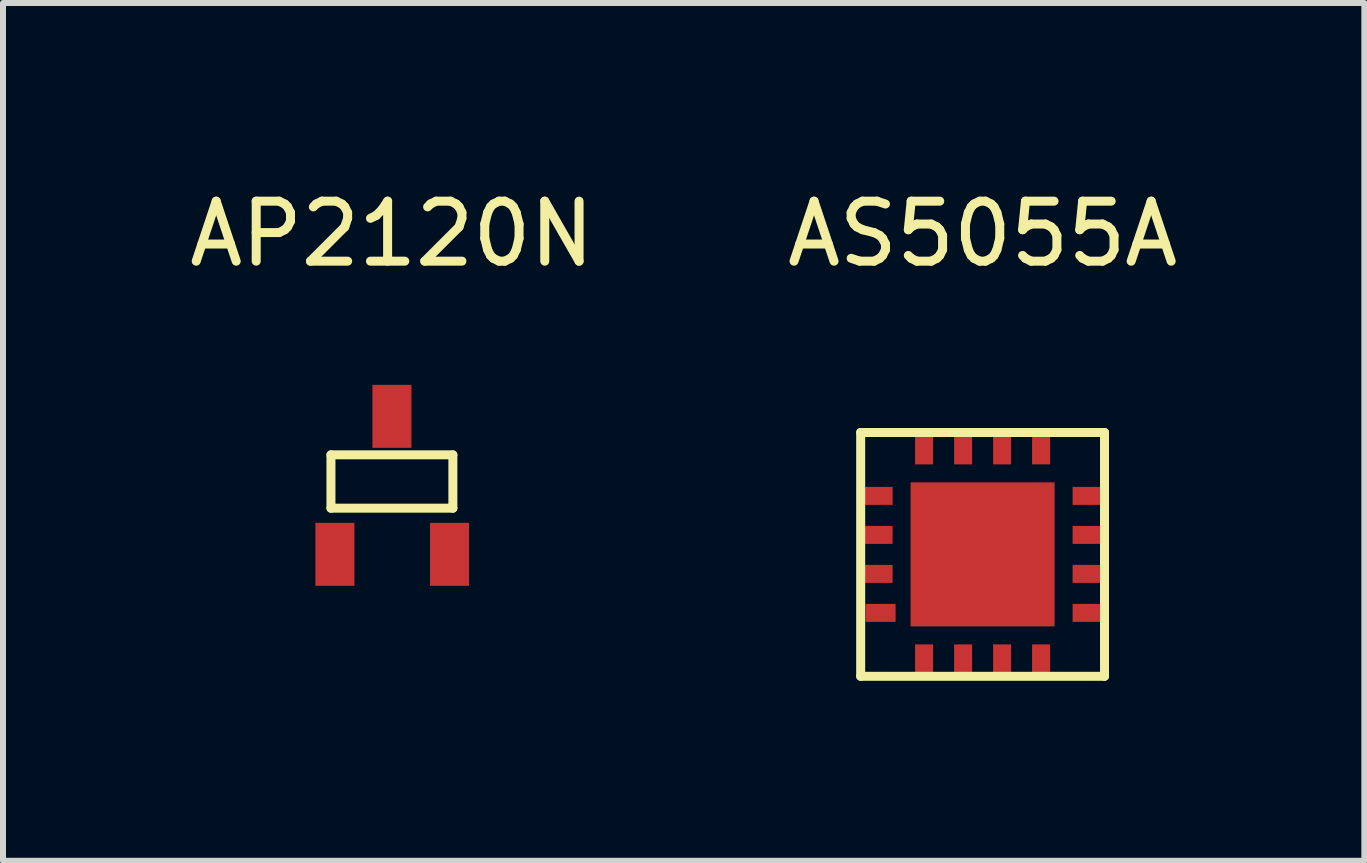
<source format=kicad_pcb>
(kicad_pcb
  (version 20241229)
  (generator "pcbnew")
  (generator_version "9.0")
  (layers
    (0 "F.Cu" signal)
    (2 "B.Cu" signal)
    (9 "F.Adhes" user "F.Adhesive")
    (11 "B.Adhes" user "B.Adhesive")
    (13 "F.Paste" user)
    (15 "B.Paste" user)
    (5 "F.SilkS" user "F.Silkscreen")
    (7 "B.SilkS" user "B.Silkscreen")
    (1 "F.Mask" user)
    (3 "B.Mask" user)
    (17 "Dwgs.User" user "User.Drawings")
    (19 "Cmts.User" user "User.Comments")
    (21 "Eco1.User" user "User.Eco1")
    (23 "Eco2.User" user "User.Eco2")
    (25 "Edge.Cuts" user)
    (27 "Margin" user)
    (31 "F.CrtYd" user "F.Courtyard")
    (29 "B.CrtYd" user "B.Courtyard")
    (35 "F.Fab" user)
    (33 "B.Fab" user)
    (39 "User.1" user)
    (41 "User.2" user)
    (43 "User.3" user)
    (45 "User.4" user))
  (footprint "AS5055A"
    (layer "F.Cu")
    (at 13.327 6.19)
    (property "Reference" "AS5055A" (at 0 -5.342 0) (layer "F.SilkS") (effects (font (size 1 1) (thickness 0.15))))
    (attr through_hole)
    (fp_line (start -2.032 -2.032) (end 2.032 -2.032) (stroke (width 0.15) (type solid)) (layer "F.SilkS"))
    (fp_line (start -2.032 2.032) (end -2.032 -2.032) (stroke (width 0.15) (type solid)) (layer "F.SilkS"))
    (fp_line (start 2.032 -2.032) (end 2.032 2.032) (stroke (width 0.15) (type solid)) (layer "F.SilkS"))
    (fp_line (start 2.032 2.032) (end -2.032 2.032) (stroke (width 0.15) (type solid)) (layer "F.SilkS"))
    (pad "1" smd rect (at -0.975 -1.75) (size 0.3 0.5) (layers "F.Cu" "F.Mask" "F.Paste"))
    (pad "2" smd rect (at -0.325 -1.75) (size 0.3 0.5) (layers "F.Cu" "F.Mask" "F.Paste"))
    (pad "3" smd rect (at 0.325 -1.75) (size 0.3 0.5) (layers "F.Cu" "F.Mask" "F.Paste"))
    (pad "4" smd rect (at 0.975 -1.75) (size 0.3 0.5) (layers "F.Cu" "F.Mask" "F.Paste"))
    (pad "5" smd rect (at 1.75 -0.975) (size 0.5 0.3) (layers "F.Cu" "F.Mask" "F.Paste"))
    (pad "6" smd rect (at 1.75 -0.325) (size 0.5 0.3) (layers "F.Cu" "F.Mask" "F.Paste"))
    (pad "7" smd rect (at 1.75 0.325) (size 0.5 0.3) (layers "F.Cu" "F.Mask" "F.Paste"))
    (pad "8" smd rect (at 1.75 0.975) (size 0.5 0.3) (layers "F.Cu" "F.Mask" "F.Paste"))
    (pad "9" smd rect (at 0.975 1.75) (size 0.3 0.5) (layers "F.Cu" "F.Mask" "F.Paste"))
    (pad "10" smd rect (at 0.325 1.75) (size 0.3 0.5) (layers "F.Cu" "F.Mask" "F.Paste"))
    (pad "11" smd rect (at -0.325 1.75) (size 0.3 0.5) (layers "F.Cu" "F.Mask" "F.Paste"))
    (pad "12" smd rect (at -0.975 1.75) (size 0.3 0.5) (layers "F.Cu" "F.Mask" "F.Paste"))
    (pad "13" smd rect (at -1.7 0.975) (size 0.5 0.3) (layers "F.Cu" "F.Mask" "F.Paste"))
    (pad "14" smd rect (at -1.75 0.325) (size 0.5 0.3) (layers "F.Cu" "F.Mask" "F.Paste"))
    (pad "15" smd rect (at -1.75 -0.325) (size 0.5 0.3) (layers "F.Cu" "F.Mask" "F.Paste"))
    (pad "16" smd rect (at -1.75 -0.975) (size 0.5 0.3) (layers "F.Cu" "F.Mask" "F.Paste"))
    (pad "17" smd rect (at 0 0) (size 2.4 2.4) (layers "F.Cu" "F.Mask" "F.Paste")))
  (footprint "AP2120N"
    (layer "F.Cu")
    (at 3.482 5.039)
    (property "Reference" "AP2120N" (at 0 -4.191 0) (layer "F.SilkS") (effects (font (size 1 1) (thickness 0.15))))
    (attr through_hole)
    (fp_line (start -1.016 -0.508) (end 1.016 -0.508) (stroke (width 0.15) (type solid)) (layer "F.SilkS"))
    (fp_line (start -1.016 0.381) (end -1.016 -0.508) (stroke (width 0.15) (type solid)) (layer "F.SilkS"))
    (fp_line (start 1.016 -0.508) (end 1.016 0.381) (stroke (width 0.15) (type solid)) (layer "F.SilkS"))
    (fp_line (start 1.016 0.381) (end -1.016 0.381) (stroke (width 0.15) (type solid)) (layer "F.SilkS"))
    (pad "1" smd rect (at 0 -1.15) (size 0.65 1.05) (layers "F.Cu" "F.Mask" "F.Paste"))
    (pad "2" smd rect (at -0.95 1.15) (size 0.65 1.05) (layers "F.Cu" "F.Mask" "F.Paste"))
    (pad "3" smd rect (at 0.96 1.15) (size 0.65 1.05) (layers "F.Cu" "F.Mask" "F.Paste")))
  (gr_rect
    (start -3 -3)
    (end 19.69 11.297)
    (stroke (width 0.1) (type default))
    (fill no)
    (layer "Edge.Cuts")))
</source>
